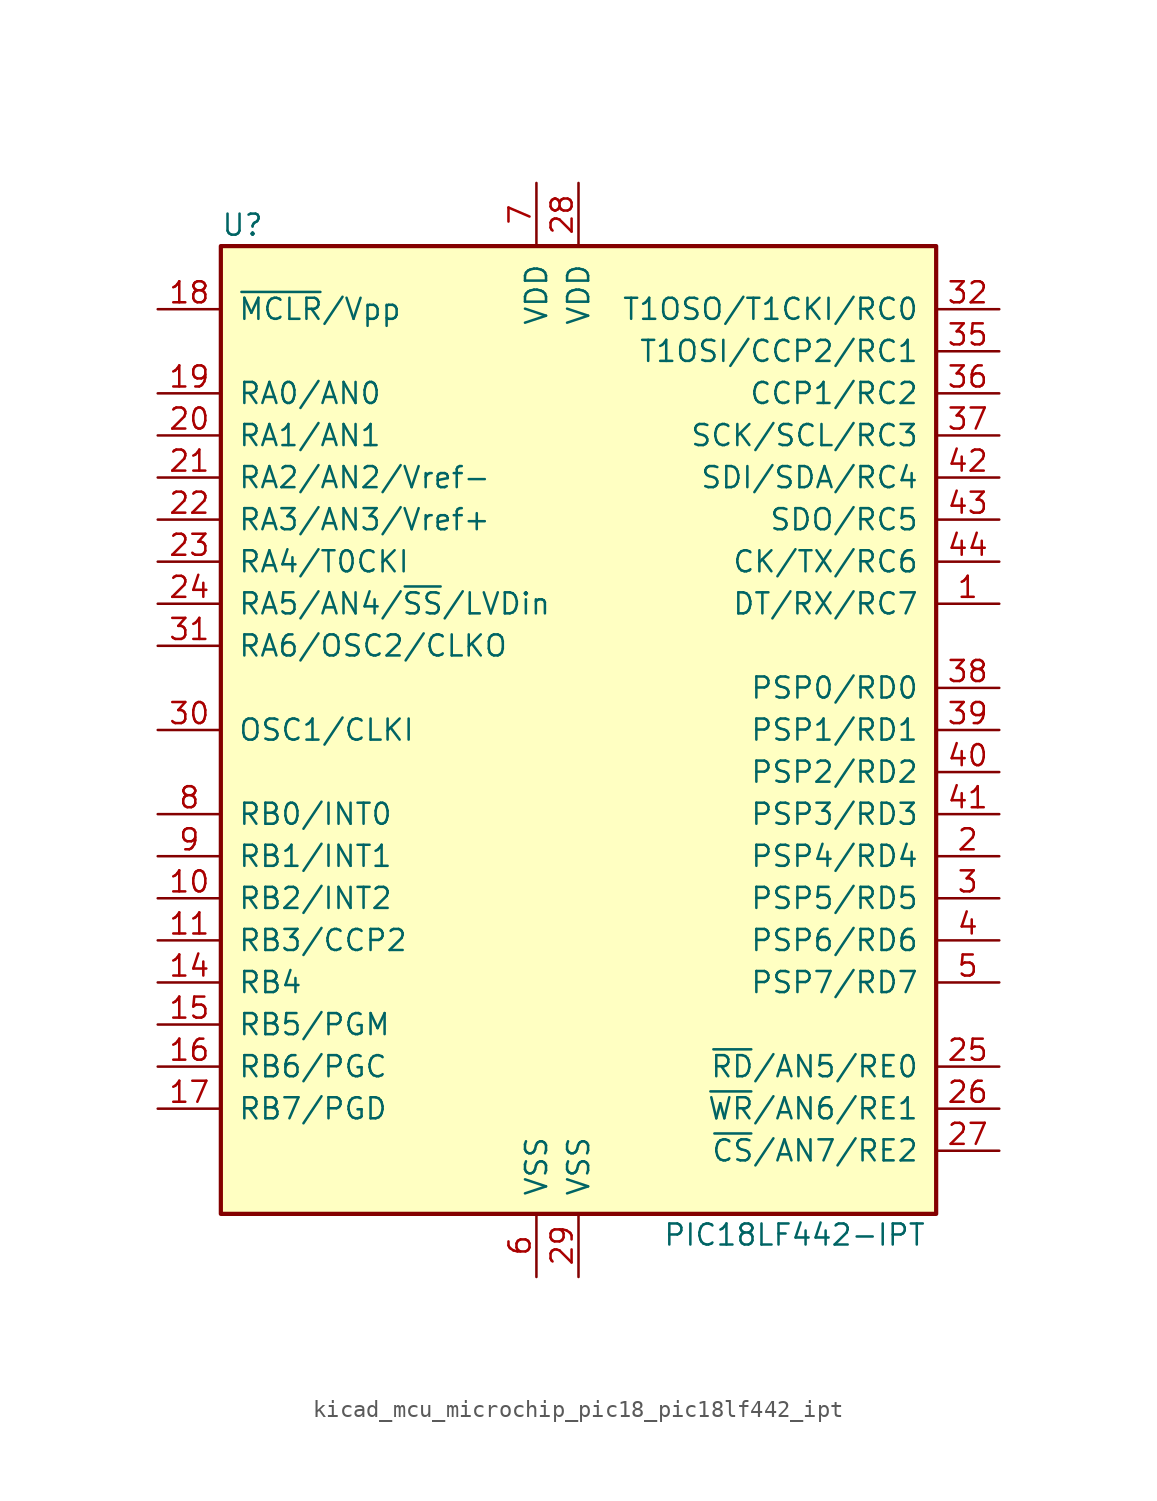
<source format=kicad_sym>
(kicad_symbol_lib
  (version 20220914)
  (generator kicad_symbol_editor)
  (symbol "kicad_mcu_microchip_pic18_pic18lf442_ipt"
    (pin_names
      (offset 1.016))
    (property "Reference" "U"
      (at -21.59 30.48 0)
      (effects (font (size 1.27 1.27)) (justify left)))
    (property "Value" "PIC18LF442-IPT"
      (at 5.08 -30.48 0)
      (effects (font (size 1.27 1.27)) (justify left)))
    (symbol "kicad_mcu_microchip_pic18_pic18lf442_ipt_0_1"
      (rectangle (start 21.59 -29.21) (end -21.59 29.21) (stroke (width 0.254) (type default)) (fill (type background))))
    (symbol "kicad_mcu_microchip_pic18_pic18lf442_ipt_1_1"
      (pin bidirectional line (at 25.4 7.62 180) (length 3.81) (name "DT/RX/RC7" (effects (font (size 1.27 1.27)))) (number "1" (effects (font (size 1.27 1.27)))))
      (pin bidirectional line (at -25.4 -10.16 0) (length 3.81) (name "RB2/INT2" (effects (font (size 1.27 1.27)))) (number "10" (effects (font (size 1.27 1.27)))))
      (pin bidirectional line (at -25.4 -12.7 0) (length 3.81) (name "RB3/CCP2" (effects (font (size 1.27 1.27)))) (number "11" (effects (font (size 1.27 1.27)))))
      (pin no_connect line (at -15.24 -29.21 90) (length 3.81) hide (name "NC" (effects (font (size 1.27 1.27)))) (number "12" (effects (font (size 1.27 1.27)))))
      (pin no_connect line (at -12.7 -29.21 90) (length 3.81) hide (name "NC" (effects (font (size 1.27 1.27)))) (number "13" (effects (font (size 1.27 1.27)))))
      (pin bidirectional line (at -25.4 -15.24 0) (length 3.81) (name "RB4" (effects (font (size 1.27 1.27)))) (number "14" (effects (font (size 1.27 1.27)))))
      (pin bidirectional line (at -25.4 -17.78 0) (length 3.81) (name "RB5/PGM" (effects (font (size 1.27 1.27)))) (number "15" (effects (font (size 1.27 1.27)))))
      (pin bidirectional line (at -25.4 -20.32 0) (length 3.81) (name "RB6/PGC" (effects (font (size 1.27 1.27)))) (number "16" (effects (font (size 1.27 1.27)))))
      (pin bidirectional line (at -25.4 -22.86 0) (length 3.81) (name "RB7/PGD" (effects (font (size 1.27 1.27)))) (number "17" (effects (font (size 1.27 1.27)))))
      (pin input line (at -25.4 25.4 0) (length 3.81) (name "~{MCLR}/Vpp" (effects (font (size 1.27 1.27)))) (number "18" (effects (font (size 1.27 1.27)))))
      (pin bidirectional line (at -25.4 20.32 0) (length 3.81) (name "RA0/AN0" (effects (font (size 1.27 1.27)))) (number "19" (effects (font (size 1.27 1.27)))))
      (pin bidirectional line (at 25.4 -7.62 180) (length 3.81) (name "PSP4/RD4" (effects (font (size 1.27 1.27)))) (number "2" (effects (font (size 1.27 1.27)))))
      (pin bidirectional line (at -25.4 17.78 0) (length 3.81) (name "RA1/AN1" (effects (font (size 1.27 1.27)))) (number "20" (effects (font (size 1.27 1.27)))))
      (pin bidirectional line (at -25.4 15.24 0) (length 3.81) (name "RA2/AN2/Vref-" (effects (font (size 1.27 1.27)))) (number "21" (effects (font (size 1.27 1.27)))))
      (pin bidirectional line (at -25.4 12.7 0) (length 3.81) (name "RA3/AN3/Vref+" (effects (font (size 1.27 1.27)))) (number "22" (effects (font (size 1.27 1.27)))))
      (pin bidirectional line (at -25.4 10.16 0) (length 3.81) (name "RA4/T0CKI" (effects (font (size 1.27 1.27)))) (number "23" (effects (font (size 1.27 1.27)))))
      (pin bidirectional line (at -25.4 7.62 0) (length 3.81) (name "RA5/AN4/~{SS}/LVDin" (effects (font (size 1.27 1.27)))) (number "24" (effects (font (size 1.27 1.27)))))
      (pin bidirectional line (at 25.4 -20.32 180) (length 3.81) (name "~{RD}/AN5/RE0" (effects (font (size 1.27 1.27)))) (number "25" (effects (font (size 1.27 1.27)))))
      (pin bidirectional line (at 25.4 -22.86 180) (length 3.81) (name "~{WR}/AN6/RE1" (effects (font (size 1.27 1.27)))) (number "26" (effects (font (size 1.27 1.27)))))
      (pin bidirectional line (at 25.4 -25.4 180) (length 3.81) (name "~{CS}/AN7/RE2" (effects (font (size 1.27 1.27)))) (number "27" (effects (font (size 1.27 1.27)))))
      (pin power_in line (at 0 33.02 270) (length 3.81) (name "VDD" (effects (font (size 1.27 1.27)))) (number "28" (effects (font (size 1.27 1.27)))))
      (pin power_in line (at 0 -33.02 90) (length 3.81) (name "VSS" (effects (font (size 1.27 1.27)))) (number "29" (effects (font (size 1.27 1.27)))))
      (pin bidirectional line (at 25.4 -10.16 180) (length 3.81) (name "PSP5/RD5" (effects (font (size 1.27 1.27)))) (number "3" (effects (font (size 1.27 1.27)))))
      (pin input line (at -25.4 0 0) (length 3.81) (name "OSC1/CLKI" (effects (font (size 1.27 1.27)))) (number "30" (effects (font (size 1.27 1.27)))))
      (pin bidirectional line (at -25.4 5.08 0) (length 3.81) (name "RA6/OSC2/CLKO" (effects (font (size 1.27 1.27)))) (number "31" (effects (font (size 1.27 1.27)))))
      (pin bidirectional line (at 25.4 25.4 180) (length 3.81) (name "T1OSO/T1CKI/RC0" (effects (font (size 1.27 1.27)))) (number "32" (effects (font (size 1.27 1.27)))))
      (pin no_connect line (at -10.16 -29.21 90) (length 3.81) hide (name "NC" (effects (font (size 1.27 1.27)))) (number "33" (effects (font (size 1.27 1.27)))))
      (pin no_connect line (at -7.62 -29.21 90) (length 3.81) hide (name "NC" (effects (font (size 1.27 1.27)))) (number "34" (effects (font (size 1.27 1.27)))))
      (pin bidirectional line (at 25.4 22.86 180) (length 3.81) (name "T1OSI/CCP2/RC1" (effects (font (size 1.27 1.27)))) (number "35" (effects (font (size 1.27 1.27)))))
      (pin bidirectional line (at 25.4 20.32 180) (length 3.81) (name "CCP1/RC2" (effects (font (size 1.27 1.27)))) (number "36" (effects (font (size 1.27 1.27)))))
      (pin bidirectional line (at 25.4 17.78 180) (length 3.81) (name "SCK/SCL/RC3" (effects (font (size 1.27 1.27)))) (number "37" (effects (font (size 1.27 1.27)))))
      (pin bidirectional line (at 25.4 2.54 180) (length 3.81) (name "PSP0/RD0" (effects (font (size 1.27 1.27)))) (number "38" (effects (font (size 1.27 1.27)))))
      (pin bidirectional line (at 25.4 0 180) (length 3.81) (name "PSP1/RD1" (effects (font (size 1.27 1.27)))) (number "39" (effects (font (size 1.27 1.27)))))
      (pin bidirectional line (at 25.4 -12.7 180) (length 3.81) (name "PSP6/RD6" (effects (font (size 1.27 1.27)))) (number "4" (effects (font (size 1.27 1.27)))))
      (pin bidirectional line (at 25.4 -2.54 180) (length 3.81) (name "PSP2/RD2" (effects (font (size 1.27 1.27)))) (number "40" (effects (font (size 1.27 1.27)))))
      (pin bidirectional line (at 25.4 -5.08 180) (length 3.81) (name "PSP3/RD3" (effects (font (size 1.27 1.27)))) (number "41" (effects (font (size 1.27 1.27)))))
      (pin bidirectional line (at 25.4 15.24 180) (length 3.81) (name "SDI/SDA/RC4" (effects (font (size 1.27 1.27)))) (number "42" (effects (font (size 1.27 1.27)))))
      (pin bidirectional line (at 25.4 12.7 180) (length 3.81) (name "SDO/RC5" (effects (font (size 1.27 1.27)))) (number "43" (effects (font (size 1.27 1.27)))))
      (pin bidirectional line (at 25.4 10.16 180) (length 3.81) (name "CK/TX/RC6" (effects (font (size 1.27 1.27)))) (number "44" (effects (font (size 1.27 1.27)))))
      (pin bidirectional line (at 25.4 -15.24 180) (length 3.81) (name "PSP7/RD7" (effects (font (size 1.27 1.27)))) (number "5" (effects (font (size 1.27 1.27)))))
      (pin power_in line (at -2.54 -33.02 90) (length 3.81) (name "VSS" (effects (font (size 1.27 1.27)))) (number "6" (effects (font (size 1.27 1.27)))))
      (pin power_in line (at -2.54 33.02 270) (length 3.81) (name "VDD" (effects (font (size 1.27 1.27)))) (number "7" (effects (font (size 1.27 1.27)))))
      (pin bidirectional line (at -25.4 -5.08 0) (length 3.81) (name "RB0/INT0" (effects (font (size 1.27 1.27)))) (number "8" (effects (font (size 1.27 1.27)))))
      (pin bidirectional line (at -25.4 -7.62 0) (length 3.81) (name "RB1/INT1" (effects (font (size 1.27 1.27)))) (number "9" (effects (font (size 1.27 1.27))))))))
</source>
